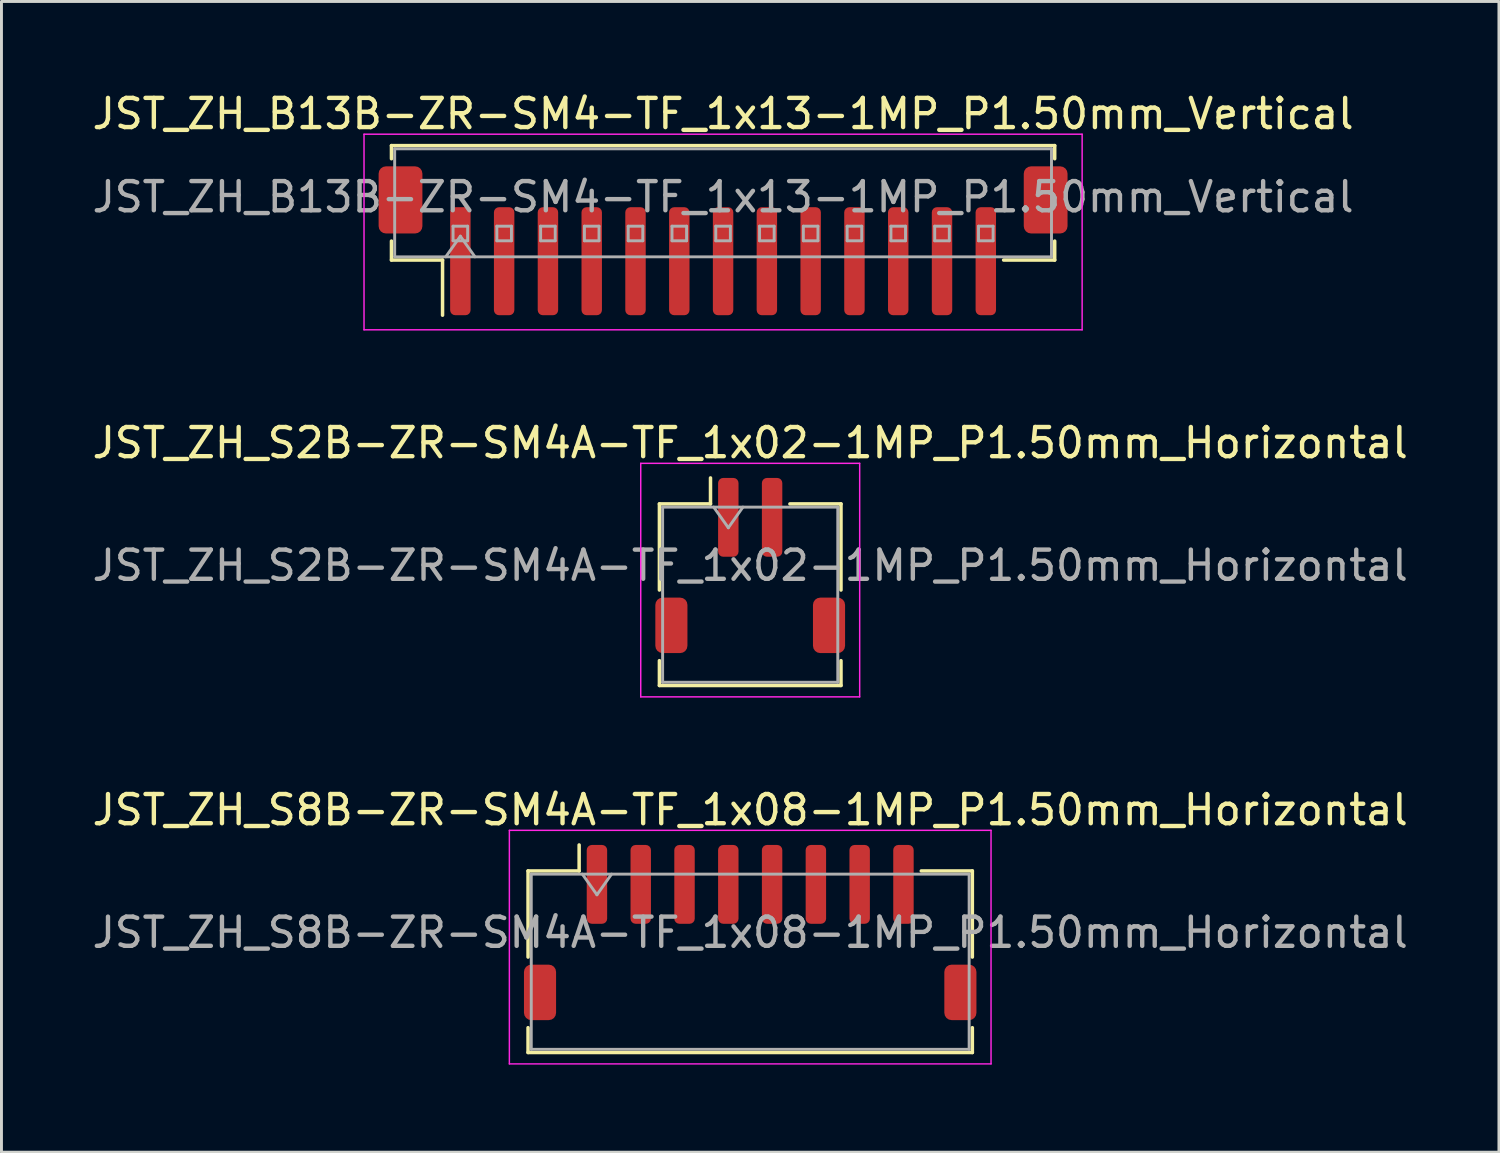
<source format=kicad_pcb>
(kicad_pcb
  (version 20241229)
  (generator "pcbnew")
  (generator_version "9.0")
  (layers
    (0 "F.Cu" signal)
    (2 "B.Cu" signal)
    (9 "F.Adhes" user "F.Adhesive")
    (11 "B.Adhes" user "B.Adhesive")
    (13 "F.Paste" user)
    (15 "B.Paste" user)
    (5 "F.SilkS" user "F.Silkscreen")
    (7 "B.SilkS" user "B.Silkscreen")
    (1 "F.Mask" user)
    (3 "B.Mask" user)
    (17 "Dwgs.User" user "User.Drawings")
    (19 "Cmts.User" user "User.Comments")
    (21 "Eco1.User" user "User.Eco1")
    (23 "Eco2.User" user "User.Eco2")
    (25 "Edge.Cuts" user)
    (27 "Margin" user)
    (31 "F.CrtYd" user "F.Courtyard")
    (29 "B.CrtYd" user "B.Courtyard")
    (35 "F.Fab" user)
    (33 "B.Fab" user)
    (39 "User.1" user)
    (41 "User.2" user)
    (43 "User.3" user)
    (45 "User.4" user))
  (footprint "JST_ZH_S8B-ZR-SM4A-TF_1x08-1MP_P1.50mm_Horizontal"
    (layer "F.Cu")
    (at 22.649 28.895)
    (property "Reference" "JST_ZH_S8B-ZR-SM4A-TF_1x08-1MP_P1.50mm_Horizontal" (at 0 -4.2 0) (layer "F.SilkS") (effects (font (size 1 1) (thickness 0.15))))
    (attr smd)
    (fp_line (start -7.61 -2.11) (end -5.86 -2.11) (stroke (width 0.12) (type solid)) (layer "F.SilkS"))
    (fp_line (start -7.61 0.84) (end -7.61 -2.11) (stroke (width 0.12) (type solid)) (layer "F.SilkS"))
    (fp_line (start -7.61 3.26) (end -7.61 4.11) (stroke (width 0.12) (type solid)) (layer "F.SilkS"))
    (fp_line (start -7.61 4.11) (end 7.61 4.11) (stroke (width 0.12) (type solid)) (layer "F.SilkS"))
    (fp_line (start -5.86 -2.11) (end -5.86 -3) (stroke (width 0.12) (type solid)) (layer "F.SilkS"))
    (fp_line (start 7.61 -2.11) (end 5.86 -2.11) (stroke (width 0.12) (type solid)) (layer "F.SilkS"))
    (fp_line (start 7.61 0.84) (end 7.61 -2.11) (stroke (width 0.12) (type solid)) (layer "F.SilkS"))
    (fp_line (start 7.61 4.11) (end 7.61 3.26) (stroke (width 0.12) (type solid)) (layer "F.SilkS"))
    (fp_line (start -8.25 -3.5) (end -8.25 4.5) (stroke (width 0.05) (type solid)) (layer "F.CrtYd"))
    (fp_line (start -8.25 4.5) (end 8.25 4.5) (stroke (width 0.05) (type solid)) (layer "F.CrtYd"))
    (fp_line (start 8.25 -3.5) (end -8.25 -3.5) (stroke (width 0.05) (type solid)) (layer "F.CrtYd"))
    (fp_line (start 8.25 4.5) (end 8.25 -3.5) (stroke (width 0.05) (type solid)) (layer "F.CrtYd"))
    (fp_line (start -7.5 -2) (end -7.5 4) (stroke (width 0.1) (type solid)) (layer "F.Fab"))
    (fp_line (start -7.5 -2) (end 7.5 -2) (stroke (width 0.1) (type solid)) (layer "F.Fab"))
    (fp_line (start -7.5 4) (end 7.5 4) (stroke (width 0.1) (type solid)) (layer "F.Fab"))
    (fp_line (start -5.75 -2) (end -5.25 -1.293) (stroke (width 0.1) (type solid)) (layer "F.Fab"))
    (fp_line (start -5.25 -1.293) (end -4.75 -2) (stroke (width 0.1) (type solid)) (layer "F.Fab"))
    (fp_line (start 7.5 -2) (end 7.5 4) (stroke (width 0.1) (type solid)) (layer "F.Fab"))
    (fp_text user "${REFERENCE}" (at 0 0 0) (layer "F.Fab") (effects (font (size 1 1) (thickness 0.15))))
    (pad "1" smd roundrect (at -5.25 -1.65) (size 0.7 2.7) (layers "F.Cu" "F.Mask" "F.Paste") (roundrect_rratio 0.25))
    (pad "2" smd roundrect (at -3.75 -1.65) (size 0.7 2.7) (layers "F.Cu" "F.Mask" "F.Paste") (roundrect_rratio 0.25))
    (pad "3" smd roundrect (at -2.25 -1.65) (size 0.7 2.7) (layers "F.Cu" "F.Mask" "F.Paste") (roundrect_rratio 0.25))
    (pad "4" smd roundrect (at -0.75 -1.65) (size 0.7 2.7) (layers "F.Cu" "F.Mask" "F.Paste") (roundrect_rratio 0.25))
    (pad "5" smd roundrect (at 0.75 -1.65) (size 0.7 2.7) (layers "F.Cu" "F.Mask" "F.Paste") (roundrect_rratio 0.25))
    (pad "6" smd roundrect (at 2.25 -1.65) (size 0.7 2.7) (layers "F.Cu" "F.Mask" "F.Paste") (roundrect_rratio 0.25))
    (pad "7" smd roundrect (at 3.75 -1.65) (size 0.7 2.7) (layers "F.Cu" "F.Mask" "F.Paste") (roundrect_rratio 0.25))
    (pad "8" smd roundrect (at 5.25 -1.65) (size 0.7 2.7) (layers "F.Cu" "F.Mask" "F.Paste") (roundrect_rratio 0.25))
    (pad "MP" smd roundrect (at -7.2 2.05) (size 1.1 1.9) (layers "F.Cu" "F.Mask" "F.Paste") (roundrect_rratio 0.227))
    (pad "MP" smd roundrect (at 7.2 2.05) (size 1.1 1.9) (layers "F.Cu" "F.Mask" "F.Paste") (roundrect_rratio 0.227)))
  (footprint "JST_ZH_S2B-ZR-SM4A-TF_1x02-1MP_P1.50mm_Horizontal"
    (layer "F.Cu")
    (at 22.649 16.322)
    (property "Reference" "JST_ZH_S2B-ZR-SM4A-TF_1x02-1MP_P1.50mm_Horizontal" (at 0 -4.2 0) (layer "F.SilkS") (effects (font (size 1 1) (thickness 0.15))))
    (attr smd)
    (fp_line (start -3.11 -2.11) (end -1.36 -2.11) (stroke (width 0.12) (type solid)) (layer "F.SilkS"))
    (fp_line (start -3.11 0.84) (end -3.11 -2.11) (stroke (width 0.12) (type solid)) (layer "F.SilkS"))
    (fp_line (start -3.11 3.26) (end -3.11 4.11) (stroke (width 0.12) (type solid)) (layer "F.SilkS"))
    (fp_line (start -3.11 4.11) (end 3.11 4.11) (stroke (width 0.12) (type solid)) (layer "F.SilkS"))
    (fp_line (start -1.36 -2.11) (end -1.36 -3) (stroke (width 0.12) (type solid)) (layer "F.SilkS"))
    (fp_line (start 3.11 -2.11) (end 1.36 -2.11) (stroke (width 0.12) (type solid)) (layer "F.SilkS"))
    (fp_line (start 3.11 0.84) (end 3.11 -2.11) (stroke (width 0.12) (type solid)) (layer "F.SilkS"))
    (fp_line (start 3.11 4.11) (end 3.11 3.26) (stroke (width 0.12) (type solid)) (layer "F.SilkS"))
    (fp_line (start -3.75 -3.5) (end -3.75 4.5) (stroke (width 0.05) (type solid)) (layer "F.CrtYd"))
    (fp_line (start -3.75 4.5) (end 3.75 4.5) (stroke (width 0.05) (type solid)) (layer "F.CrtYd"))
    (fp_line (start 3.75 -3.5) (end -3.75 -3.5) (stroke (width 0.05) (type solid)) (layer "F.CrtYd"))
    (fp_line (start 3.75 4.5) (end 3.75 -3.5) (stroke (width 0.05) (type solid)) (layer "F.CrtYd"))
    (fp_line (start -3 -2) (end -3 4) (stroke (width 0.1) (type solid)) (layer "F.Fab"))
    (fp_line (start -3 -2) (end 3 -2) (stroke (width 0.1) (type solid)) (layer "F.Fab"))
    (fp_line (start -3 4) (end 3 4) (stroke (width 0.1) (type solid)) (layer "F.Fab"))
    (fp_line (start -1.25 -2) (end -0.75 -1.293) (stroke (width 0.1) (type solid)) (layer "F.Fab"))
    (fp_line (start -0.75 -1.293) (end -0.25 -2) (stroke (width 0.1) (type solid)) (layer "F.Fab"))
    (fp_line (start 3 -2) (end 3 4) (stroke (width 0.1) (type solid)) (layer "F.Fab"))
    (fp_text user "${REFERENCE}" (at 0 0 0) (layer "F.Fab") (effects (font (size 1 1) (thickness 0.15))))
    (pad "1" smd roundrect (at -0.75 -1.65) (size 0.7 2.7) (layers "F.Cu" "F.Mask" "F.Paste") (roundrect_rratio 0.25))
    (pad "2" smd roundrect (at 0.75 -1.65) (size 0.7 2.7) (layers "F.Cu" "F.Mask" "F.Paste") (roundrect_rratio 0.25))
    (pad "MP" smd roundrect (at -2.7 2.05) (size 1.1 1.9) (layers "F.Cu" "F.Mask" "F.Paste") (roundrect_rratio 0.227))
    (pad "MP" smd roundrect (at 2.7 2.05) (size 1.1 1.9) (layers "F.Cu" "F.Mask" "F.Paste") (roundrect_rratio 0.227)))
  (footprint "JST_ZH_B13B-ZR-SM4-TF_1x13-1MP_P1.50mm_Vertical"
    (layer "F.Cu")
    (at 21.72 5.198)
    (property "Reference" "JST_ZH_B13B-ZR-SM4-TF_1x13-1MP_P1.50mm_Vertical" (at 0 -4.35 0) (layer "F.SilkS") (effects (font (size 1 1) (thickness 0.15))))
    (attr smd)
    (fp_line (start -11.36 -3.26) (end 11.36 -3.26) (stroke (width 0.12) (type solid)) (layer "F.SilkS"))
    (fp_line (start -11.36 -2.81) (end -11.36 -3.26) (stroke (width 0.12) (type solid)) (layer "F.SilkS"))
    (fp_line (start -11.36 0.01) (end -11.36 0.66) (stroke (width 0.12) (type solid)) (layer "F.SilkS"))
    (fp_line (start -11.36 0.66) (end -9.61 0.66) (stroke (width 0.12) (type solid)) (layer "F.SilkS"))
    (fp_line (start -9.61 0.66) (end -9.61 2.55) (stroke (width 0.12) (type solid)) (layer "F.SilkS"))
    (fp_line (start 11.36 -3.26) (end 11.36 -2.81) (stroke (width 0.12) (type solid)) (layer "F.SilkS"))
    (fp_line (start 11.36 0.01) (end 11.36 0.66) (stroke (width 0.12) (type solid)) (layer "F.SilkS"))
    (fp_line (start 11.36 0.66) (end 9.61 0.66) (stroke (width 0.12) (type solid)) (layer "F.SilkS"))
    (fp_line (start -12.3 -3.65) (end -12.3 3.05) (stroke (width 0.05) (type solid)) (layer "F.CrtYd"))
    (fp_line (start -12.3 3.05) (end 12.3 3.05) (stroke (width 0.05) (type solid)) (layer "F.CrtYd"))
    (fp_line (start 12.3 -3.65) (end -12.3 -3.65) (stroke (width 0.05) (type solid)) (layer "F.CrtYd"))
    (fp_line (start 12.3 3.05) (end 12.3 -3.65) (stroke (width 0.05) (type solid)) (layer "F.CrtYd"))
    (fp_line (start -11.25 -3.15) (end 11.25 -3.15) (stroke (width 0.1) (type solid)) (layer "F.Fab"))
    (fp_line (start -11.25 0.55) (end -11.25 -3.15) (stroke (width 0.1) (type solid)) (layer "F.Fab"))
    (fp_line (start -11.25 0.55) (end 11.25 0.55) (stroke (width 0.1) (type solid)) (layer "F.Fab"))
    (fp_line (start -9.5 0.55) (end -9 -0.157) (stroke (width 0.1) (type solid)) (layer "F.Fab"))
    (fp_line (start -9.25 -0.5) (end -9.25 0) (stroke (width 0.1) (type solid)) (layer "F.Fab"))
    (fp_line (start -9.25 0) (end -8.75 0) (stroke (width 0.1) (type solid)) (layer "F.Fab"))
    (fp_line (start -9 -0.157) (end -8.5 0.55) (stroke (width 0.1) (type solid)) (layer "F.Fab"))
    (fp_line (start -8.75 -0.5) (end -9.25 -0.5) (stroke (width 0.1) (type solid)) (layer "F.Fab"))
    (fp_line (start -8.75 0) (end -8.75 -0.5) (stroke (width 0.1) (type solid)) (layer "F.Fab"))
    (fp_line (start -7.75 -0.5) (end -7.75 0) (stroke (width 0.1) (type solid)) (layer "F.Fab"))
    (fp_line (start -7.75 0) (end -7.25 0) (stroke (width 0.1) (type solid)) (layer "F.Fab"))
    (fp_line (start -7.25 -0.5) (end -7.75 -0.5) (stroke (width 0.1) (type solid)) (layer "F.Fab"))
    (fp_line (start -7.25 0) (end -7.25 -0.5) (stroke (width 0.1) (type solid)) (layer "F.Fab"))
    (fp_line (start -6.25 -0.5) (end -6.25 0) (stroke (width 0.1) (type solid)) (layer "F.Fab"))
    (fp_line (start -6.25 0) (end -5.75 0) (stroke (width 0.1) (type solid)) (layer "F.Fab"))
    (fp_line (start -5.75 -0.5) (end -6.25 -0.5) (stroke (width 0.1) (type solid)) (layer "F.Fab"))
    (fp_line (start -5.75 0) (end -5.75 -0.5) (stroke (width 0.1) (type solid)) (layer "F.Fab"))
    (fp_line (start -4.75 -0.5) (end -4.75 0) (stroke (width 0.1) (type solid)) (layer "F.Fab"))
    (fp_line (start -4.75 0) (end -4.25 0) (stroke (width 0.1) (type solid)) (layer "F.Fab"))
    (fp_line (start -4.25 -0.5) (end -4.75 -0.5) (stroke (width 0.1) (type solid)) (layer "F.Fab"))
    (fp_line (start -4.25 0) (end -4.25 -0.5) (stroke (width 0.1) (type solid)) (layer "F.Fab"))
    (fp_line (start -3.25 -0.5) (end -3.25 0) (stroke (width 0.1) (type solid)) (layer "F.Fab"))
    (fp_line (start -3.25 0) (end -2.75 0) (stroke (width 0.1) (type solid)) (layer "F.Fab"))
    (fp_line (start -2.75 -0.5) (end -3.25 -0.5) (stroke (width 0.1) (type solid)) (layer "F.Fab"))
    (fp_line (start -2.75 0) (end -2.75 -0.5) (stroke (width 0.1) (type solid)) (layer "F.Fab"))
    (fp_line (start -1.75 -0.5) (end -1.75 0) (stroke (width 0.1) (type solid)) (layer "F.Fab"))
    (fp_line (start -1.75 0) (end -1.25 0) (stroke (width 0.1) (type solid)) (layer "F.Fab"))
    (fp_line (start -1.25 -0.5) (end -1.75 -0.5) (stroke (width 0.1) (type solid)) (layer "F.Fab"))
    (fp_line (start -1.25 0) (end -1.25 -0.5) (stroke (width 0.1) (type solid)) (layer "F.Fab"))
    (fp_line (start -0.25 -0.5) (end -0.25 0) (stroke (width 0.1) (type solid)) (layer "F.Fab"))
    (fp_line (start -0.25 0) (end 0.25 0) (stroke (width 0.1) (type solid)) (layer "F.Fab"))
    (fp_line (start 0.25 -0.5) (end -0.25 -0.5) (stroke (width 0.1) (type solid)) (layer "F.Fab"))
    (fp_line (start 0.25 0) (end 0.25 -0.5) (stroke (width 0.1) (type solid)) (layer "F.Fab"))
    (fp_line (start 1.25 -0.5) (end 1.25 0) (stroke (width 0.1) (type solid)) (layer "F.Fab"))
    (fp_line (start 1.25 0) (end 1.75 0) (stroke (width 0.1) (type solid)) (layer "F.Fab"))
    (fp_line (start 1.75 -0.5) (end 1.25 -0.5) (stroke (width 0.1) (type solid)) (layer "F.Fab"))
    (fp_line (start 1.75 0) (end 1.75 -0.5) (stroke (width 0.1) (type solid)) (layer "F.Fab"))
    (fp_line (start 2.75 -0.5) (end 2.75 0) (stroke (width 0.1) (type solid)) (layer "F.Fab"))
    (fp_line (start 2.75 0) (end 3.25 0) (stroke (width 0.1) (type solid)) (layer "F.Fab"))
    (fp_line (start 3.25 -0.5) (end 2.75 -0.5) (stroke (width 0.1) (type solid)) (layer "F.Fab"))
    (fp_line (start 3.25 0) (end 3.25 -0.5) (stroke (width 0.1) (type solid)) (layer "F.Fab"))
    (fp_line (start 4.25 -0.5) (end 4.25 0) (stroke (width 0.1) (type solid)) (layer "F.Fab"))
    (fp_line (start 4.25 0) (end 4.75 0) (stroke (width 0.1) (type solid)) (layer "F.Fab"))
    (fp_line (start 4.75 -0.5) (end 4.25 -0.5) (stroke (width 0.1) (type solid)) (layer "F.Fab"))
    (fp_line (start 4.75 0) (end 4.75 -0.5) (stroke (width 0.1) (type solid)) (layer "F.Fab"))
    (fp_line (start 5.75 -0.5) (end 5.75 0) (stroke (width 0.1) (type solid)) (layer "F.Fab"))
    (fp_line (start 5.75 0) (end 6.25 0) (stroke (width 0.1) (type solid)) (layer "F.Fab"))
    (fp_line (start 6.25 -0.5) (end 5.75 -0.5) (stroke (width 0.1) (type solid)) (layer "F.Fab"))
    (fp_line (start 6.25 0) (end 6.25 -0.5) (stroke (width 0.1) (type solid)) (layer "F.Fab"))
    (fp_line (start 7.25 -0.5) (end 7.25 0) (stroke (width 0.1) (type solid)) (layer "F.Fab"))
    (fp_line (start 7.25 0) (end 7.75 0) (stroke (width 0.1) (type solid)) (layer "F.Fab"))
    (fp_line (start 7.75 -0.5) (end 7.25 -0.5) (stroke (width 0.1) (type solid)) (layer "F.Fab"))
    (fp_line (start 7.75 0) (end 7.75 -0.5) (stroke (width 0.1) (type solid)) (layer "F.Fab"))
    (fp_line (start 8.75 -0.5) (end 8.75 0) (stroke (width 0.1) (type solid)) (layer "F.Fab"))
    (fp_line (start 8.75 0) (end 9.25 0) (stroke (width 0.1) (type solid)) (layer "F.Fab"))
    (fp_line (start 9.25 -0.5) (end 8.75 -0.5) (stroke (width 0.1) (type solid)) (layer "F.Fab"))
    (fp_line (start 9.25 0) (end 9.25 -0.5) (stroke (width 0.1) (type solid)) (layer "F.Fab"))
    (fp_line (start 11.25 0.55) (end 11.25 -3.15) (stroke (width 0.1) (type solid)) (layer "F.Fab"))
    (fp_text user "${REFERENCE}" (at 0 -1.5 0) (layer "F.Fab") (effects (font (size 1 1) (thickness 0.15))))
    (pad "1" smd roundrect (at -9 0.7) (size 0.7 3.7) (layers "F.Cu" "F.Mask" "F.Paste") (roundrect_rratio 0.25))
    (pad "2" smd roundrect (at -7.5 0.7) (size 0.7 3.7) (layers "F.Cu" "F.Mask" "F.Paste") (roundrect_rratio 0.25))
    (pad "3" smd roundrect (at -6 0.7) (size 0.7 3.7) (layers "F.Cu" "F.Mask" "F.Paste") (roundrect_rratio 0.25))
    (pad "4" smd roundrect (at -4.5 0.7) (size 0.7 3.7) (layers "F.Cu" "F.Mask" "F.Paste") (roundrect_rratio 0.25))
    (pad "5" smd roundrect (at -3 0.7) (size 0.7 3.7) (layers "F.Cu" "F.Mask" "F.Paste") (roundrect_rratio 0.25))
    (pad "6" smd roundrect (at -1.5 0.7) (size 0.7 3.7) (layers "F.Cu" "F.Mask" "F.Paste") (roundrect_rratio 0.25))
    (pad "7" smd roundrect (at 0 0.7) (size 0.7 3.7) (layers "F.Cu" "F.Mask" "F.Paste") (roundrect_rratio 0.25))
    (pad "8" smd roundrect (at 1.5 0.7) (size 0.7 3.7) (layers "F.Cu" "F.Mask" "F.Paste") (roundrect_rratio 0.25))
    (pad "9" smd roundrect (at 3 0.7) (size 0.7 3.7) (layers "F.Cu" "F.Mask" "F.Paste") (roundrect_rratio 0.25))
    (pad "10" smd roundrect (at 4.5 0.7) (size 0.7 3.7) (layers "F.Cu" "F.Mask" "F.Paste") (roundrect_rratio 0.25))
    (pad "11" smd roundrect (at 6 0.7) (size 0.7 3.7) (layers "F.Cu" "F.Mask" "F.Paste") (roundrect_rratio 0.25))
    (pad "12" smd roundrect (at 7.5 0.7) (size 0.7 3.7) (layers "F.Cu" "F.Mask" "F.Paste") (roundrect_rratio 0.25))
    (pad "13" smd roundrect (at 9 0.7) (size 0.7 3.7) (layers "F.Cu" "F.Mask" "F.Paste") (roundrect_rratio 0.25))
    (pad "MP" smd roundrect (at -11.05 -1.4) (size 1.5 2.3) (layers "F.Cu" "F.Mask" "F.Paste") (roundrect_rratio 0.167))
    (pad "MP" smd roundrect (at 11.05 -1.4) (size 1.5 2.3) (layers "F.Cu" "F.Mask" "F.Paste") (roundrect_rratio 0.167)))
  (gr_rect
    (start -3 -3)
    (end 48.298 36.42)
    (stroke (width 0.1) (type default))
    (fill no)
    (layer "Edge.Cuts")))
</source>
